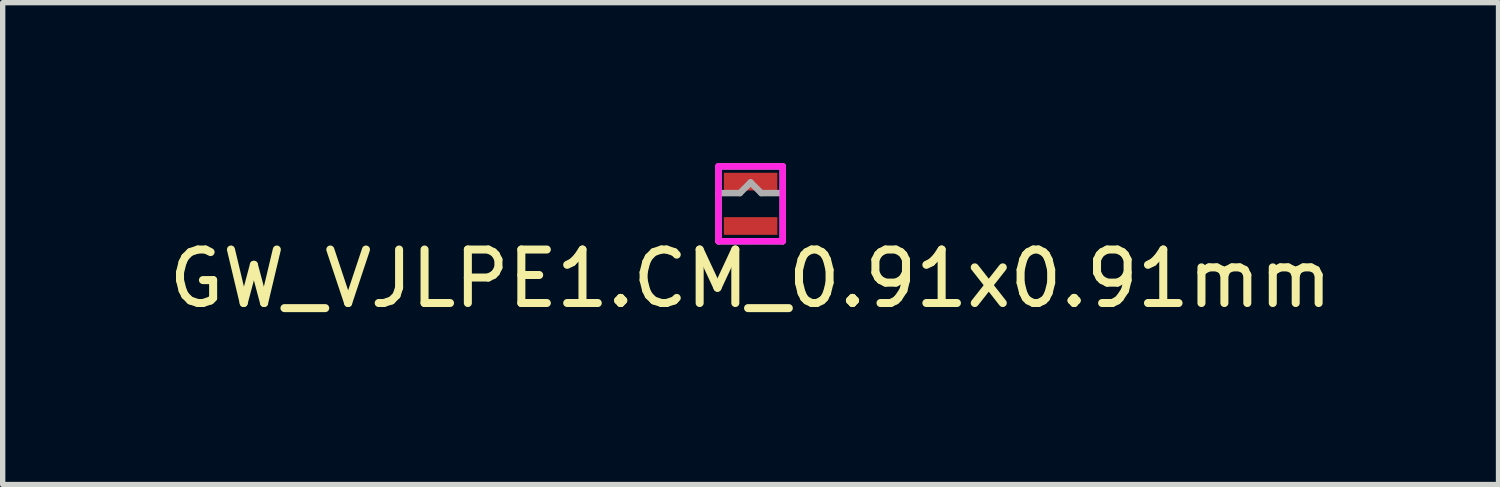
<source format=kicad_pcb>
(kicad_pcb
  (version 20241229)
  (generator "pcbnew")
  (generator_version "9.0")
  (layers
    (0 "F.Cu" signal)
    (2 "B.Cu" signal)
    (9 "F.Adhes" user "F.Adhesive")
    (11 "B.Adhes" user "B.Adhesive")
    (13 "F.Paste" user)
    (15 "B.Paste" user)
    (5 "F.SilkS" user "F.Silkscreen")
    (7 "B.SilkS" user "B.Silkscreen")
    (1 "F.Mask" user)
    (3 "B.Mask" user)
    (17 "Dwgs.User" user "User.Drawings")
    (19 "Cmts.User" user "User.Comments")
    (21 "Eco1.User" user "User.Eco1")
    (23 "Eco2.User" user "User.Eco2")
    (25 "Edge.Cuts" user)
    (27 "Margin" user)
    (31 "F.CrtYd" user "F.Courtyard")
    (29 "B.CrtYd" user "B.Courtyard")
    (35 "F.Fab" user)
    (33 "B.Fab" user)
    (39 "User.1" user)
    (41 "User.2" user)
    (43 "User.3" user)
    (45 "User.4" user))
  (footprint "GW_VJLPE1.CM_0.91x0.91mm"
    (layer "F.Cu")
    (at 10.982 0.76)
    (property "Reference" "GW_VJLPE1.CM_0.91x0.91mm" (at 0 1.4 0) (layer "F.SilkS") (effects (font (size 1 1) (thickness 0.15))))
    (attr through_hole)
    (fp_line (start -0.6 -0.7) (end -0.6 0.7) (stroke (width 0.12) (type solid)) (layer "F.CrtYd"))
    (fp_line (start -0.6 0.7) (end 0.6 0.7) (stroke (width 0.12) (type solid)) (layer "F.CrtYd"))
    (fp_line (start 0.6 -0.7) (end -0.6 -0.7) (stroke (width 0.12) (type solid)) (layer "F.CrtYd"))
    (fp_line (start 0.6 0.7) (end 0.6 -0.7) (stroke (width 0.12) (type solid)) (layer "F.CrtYd"))
    (fp_line (start -0.6 -0.7) (end -0.6 0.7) (stroke (width 0.12) (type solid)) (layer "F.Fab"))
    (fp_line (start -0.6 -0.7) (end 0.6 -0.7) (stroke (width 0.12) (type solid)) (layer "F.Fab"))
    (fp_line (start -0.6 -0.2) (end -0.2 -0.2) (stroke (width 0.12) (type solid)) (layer "F.Fab"))
    (fp_line (start -0.6 0.7) (end 0.6 0.7) (stroke (width 0.12) (type solid)) (layer "F.Fab"))
    (fp_line (start -0.2 -0.2) (end 0 -0.4) (stroke (width 0.12) (type solid)) (layer "F.Fab"))
    (fp_line (start 0 -0.4) (end 0.2 -0.2) (stroke (width 0.12) (type solid)) (layer "F.Fab"))
    (fp_line (start 0.2 -0.2) (end 0.6 -0.2) (stroke (width 0.12) (type solid)) (layer "F.Fab"))
    (fp_line (start 0.6 0.7) (end 0.6 -0.7) (stroke (width 0.12) (type solid)) (layer "F.Fab"))
    (pad "1" smd rect (at 0 -0.415) (size 1 0.33) (layers "F.Cu" "F.Mask" "F.Paste"))
    (pad "2" smd rect (at 0 0.415) (size 1 0.33) (layers "F.Cu" "F.Mask" "F.Paste")))
  (gr_rect
    (start -3 -3)
    (end 24.964 6.008)
    (stroke (width 0.1) (type default))
    (fill no)
    (layer "Edge.Cuts")))
</source>
